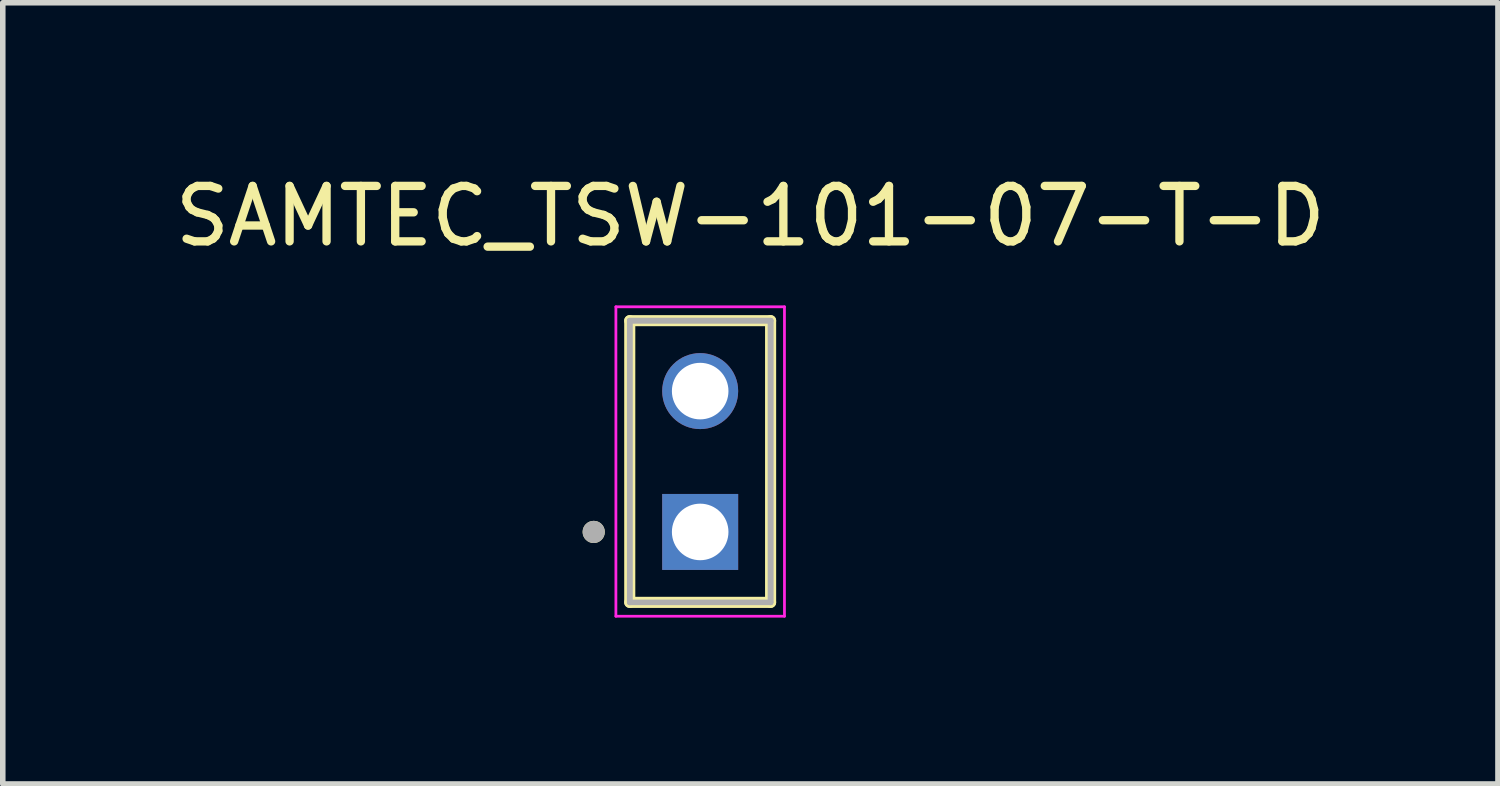
<source format=kicad_pcb>
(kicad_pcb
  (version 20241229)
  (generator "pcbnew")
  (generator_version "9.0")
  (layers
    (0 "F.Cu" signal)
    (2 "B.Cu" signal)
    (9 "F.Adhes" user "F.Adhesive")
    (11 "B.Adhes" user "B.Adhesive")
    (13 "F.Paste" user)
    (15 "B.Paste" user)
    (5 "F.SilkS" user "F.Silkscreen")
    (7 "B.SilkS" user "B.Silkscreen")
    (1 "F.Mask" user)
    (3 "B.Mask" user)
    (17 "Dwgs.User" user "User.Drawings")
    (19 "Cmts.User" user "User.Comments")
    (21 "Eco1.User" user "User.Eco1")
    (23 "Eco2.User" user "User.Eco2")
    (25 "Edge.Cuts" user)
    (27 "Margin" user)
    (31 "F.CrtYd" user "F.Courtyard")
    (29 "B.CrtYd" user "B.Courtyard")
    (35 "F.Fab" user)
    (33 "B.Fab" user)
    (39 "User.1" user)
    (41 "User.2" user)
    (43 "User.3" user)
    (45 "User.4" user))
  (footprint "SAMTEC_TSW-101-07-T-D"
    (layer "F.Cu")
    (at 9.577 5.273)
    (property "Reference" "SAMTEC_TSW-101-07-T-D" (at 0.905 -4.425 0) (layer "F.SilkS") (effects (font (size 1 1) (thickness 0.15))))
    (attr through_hole)
    (fp_line (start -1.27 2.54) (end -1.27 -2.54) (stroke (width 0.2) (type solid)) (layer "F.SilkS"))
    (fp_line (start 1.27 -2.54) (end -1.27 -2.54) (stroke (width 0.2) (type solid)) (layer "F.SilkS"))
    (fp_line (start 1.27 -2.54) (end 1.27 2.54) (stroke (width 0.2) (type solid)) (layer "F.SilkS"))
    (fp_line (start 1.27 2.54) (end -1.27 2.54) (stroke (width 0.2) (type solid)) (layer "F.SilkS"))
    (fp_circle (center -1.92 1.27) (end -1.82 1.27) (stroke (width 0.2) (type solid)) (fill no) (layer "F.SilkS"))
    (fp_line (start -1.52 -2.79) (end 1.52 -2.79) (stroke (width 0.05) (type solid)) (layer "F.CrtYd"))
    (fp_line (start -1.52 2.79) (end -1.52 -2.79) (stroke (width 0.05) (type solid)) (layer "F.CrtYd"))
    (fp_line (start 1.52 -2.79) (end 1.52 2.79) (stroke (width 0.05) (type solid)) (layer "F.CrtYd"))
    (fp_line (start 1.52 2.79) (end -1.52 2.79) (stroke (width 0.05) (type solid)) (layer "F.CrtYd"))
    (fp_line (start -1.27 -2.54) (end 1.27 -2.54) (stroke (width 0.1) (type solid)) (layer "F.Fab"))
    (fp_line (start -1.27 -2.54) (end 1.27 -2.54) (stroke (width 0.1) (type solid)) (layer "F.Fab"))
    (fp_line (start -1.27 2.54) (end -1.27 -2.54) (stroke (width 0.1) (type solid)) (layer "F.Fab"))
    (fp_line (start -1.27 2.54) (end -1.27 -2.54) (stroke (width 0.1) (type solid)) (layer "F.Fab"))
    (fp_line (start 1.27 -2.54) (end 1.27 2.54) (stroke (width 0.1) (type solid)) (layer "F.Fab"))
    (fp_line (start 1.27 -2.54) (end 1.27 2.54) (stroke (width 0.1) (type solid)) (layer "F.Fab"))
    (fp_line (start 1.27 2.54) (end -1.27 2.54) (stroke (width 0.1) (type solid)) (layer "F.Fab"))
    (fp_circle (center -1.92 1.27) (end -1.82 1.27) (stroke (width 0.2) (type solid)) (fill no) (layer "F.Fab"))
    (pad "01" thru_hole rect (at 0 1.27) (size 1.37 1.37) (drill 1.02) (layers "*.Cu" "*.Mask"))
    (pad "02" thru_hole circle (at 0 -1.27) (size 1.37 1.37) (drill 1.02) (layers "*.Cu" "*.Mask")))
  (gr_rect
    (start -3 -3)
    (end 23.964 11.088)
    (stroke (width 0.1) (type default))
    (fill no)
    (layer "Edge.Cuts")))
</source>
